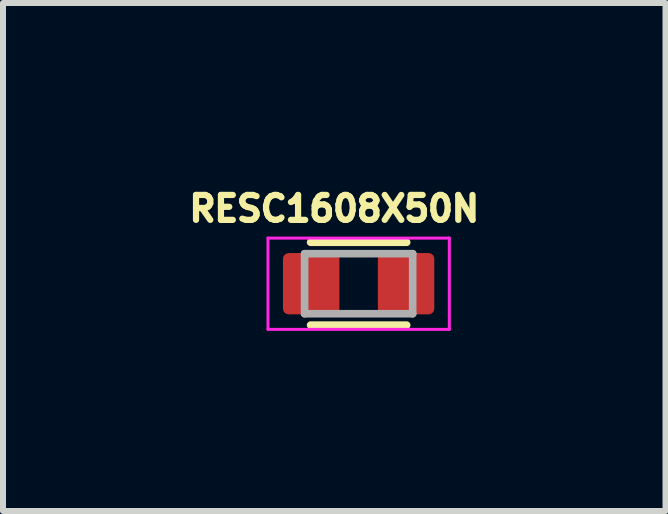
<source format=kicad_pcb>
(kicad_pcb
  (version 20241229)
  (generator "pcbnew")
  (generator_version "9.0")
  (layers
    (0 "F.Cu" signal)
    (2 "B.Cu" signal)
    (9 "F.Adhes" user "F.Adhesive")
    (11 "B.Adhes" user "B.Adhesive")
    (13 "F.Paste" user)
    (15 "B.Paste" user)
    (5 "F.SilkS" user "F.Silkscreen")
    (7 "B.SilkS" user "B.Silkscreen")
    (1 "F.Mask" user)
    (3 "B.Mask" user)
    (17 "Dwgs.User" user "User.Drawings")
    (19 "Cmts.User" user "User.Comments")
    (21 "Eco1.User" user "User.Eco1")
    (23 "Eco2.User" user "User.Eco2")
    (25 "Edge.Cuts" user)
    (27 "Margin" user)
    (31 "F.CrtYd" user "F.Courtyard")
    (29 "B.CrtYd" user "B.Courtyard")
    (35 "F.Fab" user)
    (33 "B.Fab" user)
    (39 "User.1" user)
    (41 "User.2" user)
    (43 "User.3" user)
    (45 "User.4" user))
  (footprint "RESC1608X50N"
    (layer "F.Cu")
    (at 2.923 1.675)
    (property "Reference" "RESC1608X50N" (at -0.406 -1.25 0) (layer "F.SilkS") (effects (font (size 0.415 0.415) (thickness 0.15))))
    (attr smd)
    (fp_line (start -0.8 -0.69) (end 0.8 -0.69) (stroke (width 0.127) (type solid)) (layer "F.SilkS"))
    (fp_line (start -0.8 0.69) (end 0.8 0.69) (stroke (width 0.127) (type solid)) (layer "F.SilkS"))
    (fp_line (start -1.51 -0.76) (end 1.51 -0.76) (stroke (width 0.05) (type solid)) (layer "F.CrtYd"))
    (fp_line (start -1.51 0.76) (end -1.51 -0.76) (stroke (width 0.05) (type solid)) (layer "F.CrtYd"))
    (fp_line (start 1.51 -0.76) (end 1.51 0.76) (stroke (width 0.05) (type solid)) (layer "F.CrtYd"))
    (fp_line (start 1.51 0.76) (end -1.51 0.76) (stroke (width 0.05) (type solid)) (layer "F.CrtYd"))
    (fp_line (start -0.9 -0.5) (end -0.9 0.5) (stroke (width 0.127) (type solid)) (layer "F.Fab"))
    (fp_line (start -0.9 -0.5) (end 0.9 -0.5) (stroke (width 0.127) (type solid)) (layer "F.Fab"))
    (fp_line (start -0.9 0.5) (end 0.9 0.5) (stroke (width 0.127) (type solid)) (layer "F.Fab"))
    (fp_line (start 0.9 -0.5) (end 0.9 0.5) (stroke (width 0.127) (type solid)) (layer "F.Fab"))
    (pad "1" smd roundrect (at -0.79 0) (size 0.94 1.02) (layers "F.Cu" "F.Mask" "F.Paste") (roundrect_rratio 0.1))
    (pad "2" smd roundrect (at 0.79 0) (size 0.94 1.02) (layers "F.Cu" "F.Mask" "F.Paste") (roundrect_rratio 0.1)))
  (gr_rect
    (start -3 -3)
    (end 8.034 5.46)
    (stroke (width 0.1) (type default))
    (fill no)
    (layer "Edge.Cuts")))
</source>
